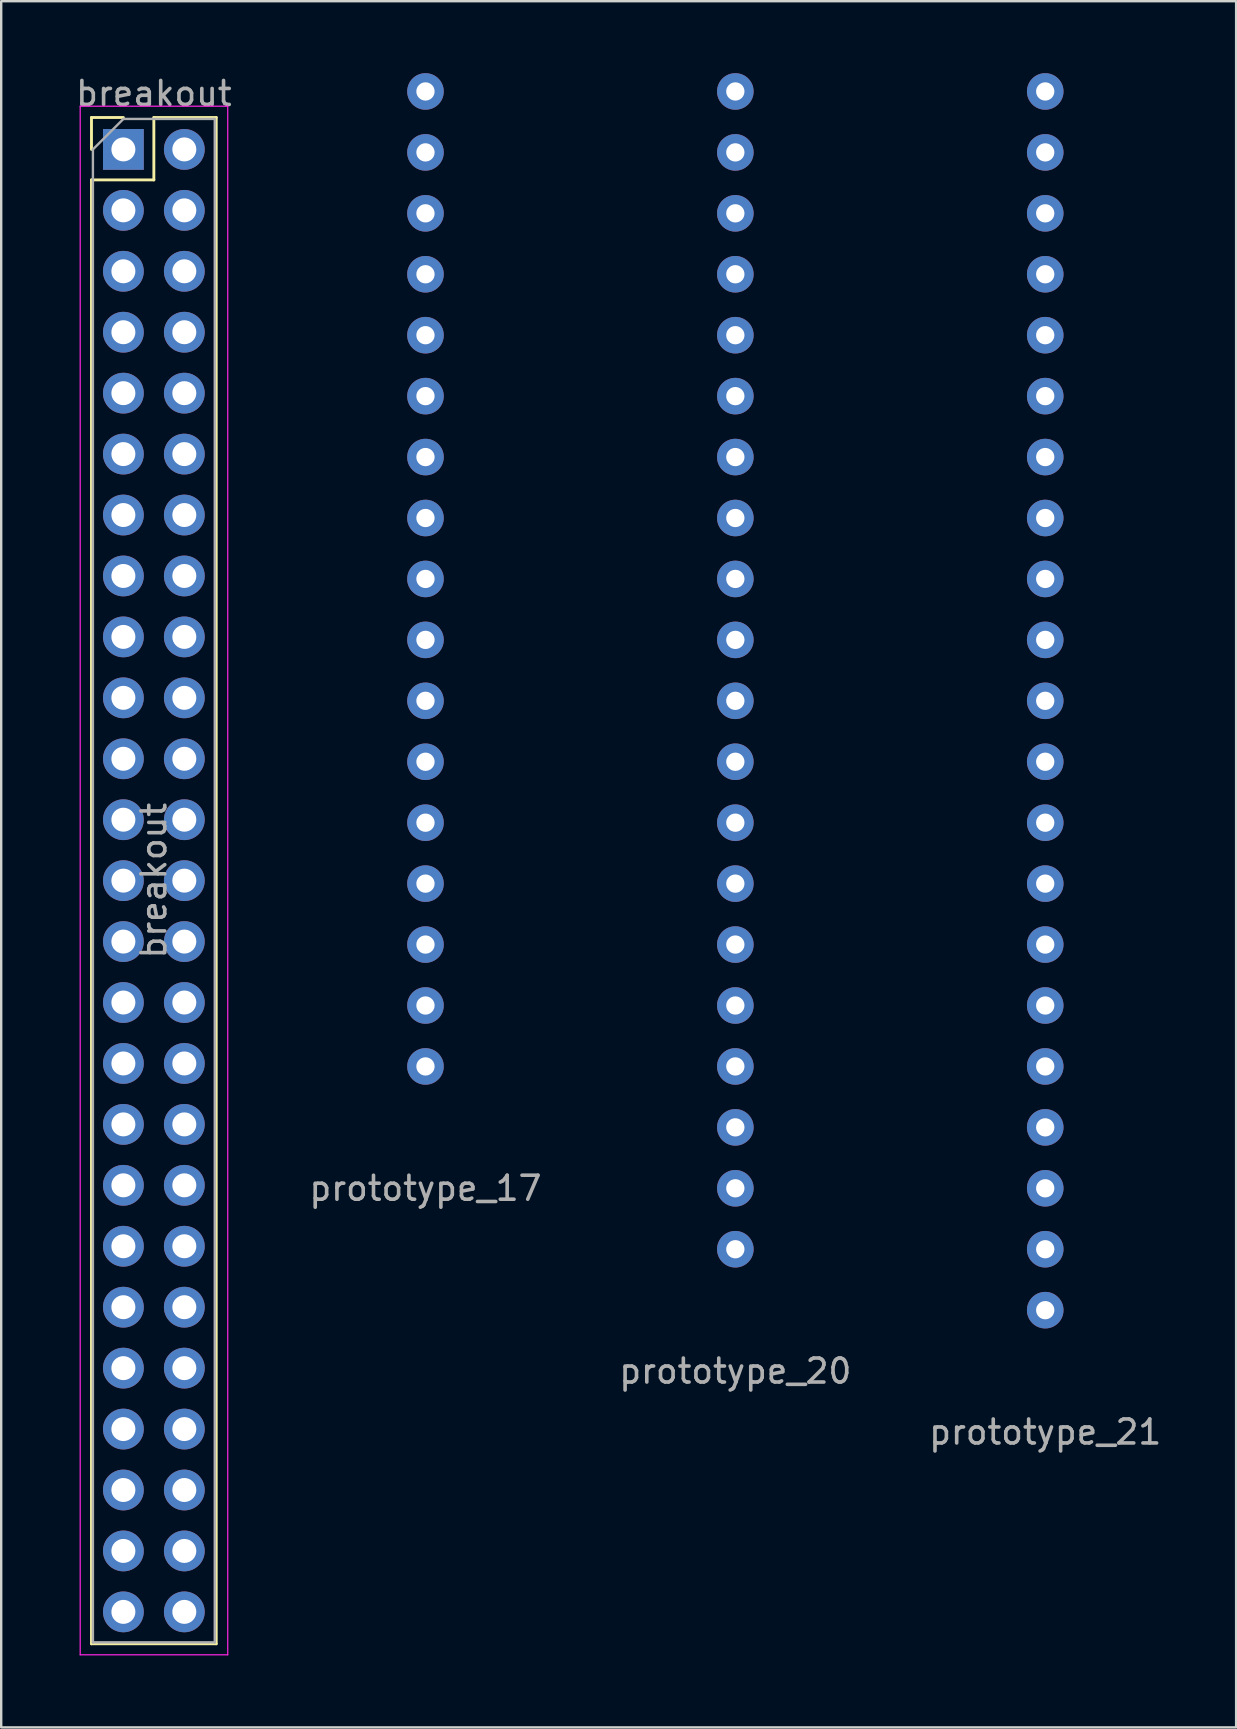
<source format=kicad_pcb>
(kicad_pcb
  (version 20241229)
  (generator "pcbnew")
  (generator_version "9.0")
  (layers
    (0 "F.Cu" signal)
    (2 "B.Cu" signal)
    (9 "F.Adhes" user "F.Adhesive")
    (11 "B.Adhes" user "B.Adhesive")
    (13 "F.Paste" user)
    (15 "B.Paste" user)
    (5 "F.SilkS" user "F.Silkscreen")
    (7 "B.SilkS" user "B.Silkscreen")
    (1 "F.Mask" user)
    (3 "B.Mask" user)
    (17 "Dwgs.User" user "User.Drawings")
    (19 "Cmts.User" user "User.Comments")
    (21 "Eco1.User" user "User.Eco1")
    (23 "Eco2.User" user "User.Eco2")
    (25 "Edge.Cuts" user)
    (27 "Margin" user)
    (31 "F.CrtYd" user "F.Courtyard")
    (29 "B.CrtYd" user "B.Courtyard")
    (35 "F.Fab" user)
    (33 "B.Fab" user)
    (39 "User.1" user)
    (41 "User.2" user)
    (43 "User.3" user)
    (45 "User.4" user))
  (footprint "prototype_21"
    (layer "F.Cu")
    (at 40.518 51.562)
    (property "Reference" "prototype_21" (at 0 5.08 0) (layer "F.Fab") (effects (font (size 1 1) (thickness 0.15))))
    (attr through_hole)
    (pad "1" thru_hole circle (at 0 0) (size 1.524 1.524) (drill 0.762) (layers "*.Cu" "*.Mask"))
    (pad "2" thru_hole circle (at 0 -2.54) (size 1.524 1.524) (drill 0.762) (layers "*.Cu" "*.Mask"))
    (pad "3" thru_hole circle (at 0 -5.08) (size 1.524 1.524) (drill 0.762) (layers "*.Cu" "*.Mask"))
    (pad "4" thru_hole circle (at 0 -7.62) (size 1.524 1.524) (drill 0.762) (layers "*.Cu" "*.Mask"))
    (pad "5" thru_hole circle (at 0 -10.16) (size 1.524 1.524) (drill 0.762) (layers "*.Cu" "*.Mask"))
    (pad "6" thru_hole circle (at 0 -12.7) (size 1.524 1.524) (drill 0.762) (layers "*.Cu" "*.Mask"))
    (pad "7" thru_hole circle (at 0 -15.24) (size 1.524 1.524) (drill 0.762) (layers "*.Cu" "*.Mask"))
    (pad "8" thru_hole circle (at 0 -17.78) (size 1.524 1.524) (drill 0.762) (layers "*.Cu" "*.Mask"))
    (pad "9" thru_hole circle (at 0 -20.32) (size 1.524 1.524) (drill 0.762) (layers "*.Cu" "*.Mask"))
    (pad "10" thru_hole circle (at 0 -22.86) (size 1.524 1.524) (drill 0.762) (layers "*.Cu" "*.Mask"))
    (pad "11" thru_hole circle (at 0 -25.4) (size 1.524 1.524) (drill 0.762) (layers "*.Cu" "*.Mask"))
    (pad "12" thru_hole circle (at 0 -27.94) (size 1.524 1.524) (drill 0.762) (layers "*.Cu" "*.Mask"))
    (pad "13" thru_hole circle (at 0 -30.48) (size 1.524 1.524) (drill 0.762) (layers "*.Cu" "*.Mask"))
    (pad "14" thru_hole circle (at 0 -33.02) (size 1.524 1.524) (drill 0.762) (layers "*.Cu" "*.Mask"))
    (pad "15" thru_hole circle (at 0 -35.56) (size 1.524 1.524) (drill 0.762) (layers "*.Cu" "*.Mask"))
    (pad "16" thru_hole circle (at 0 -38.1) (size 1.524 1.524) (drill 0.762) (layers "*.Cu" "*.Mask"))
    (pad "17" thru_hole circle (at 0 -40.64) (size 1.524 1.524) (drill 0.762) (layers "*.Cu" "*.Mask"))
    (pad "18" thru_hole circle (at 0 -43.18) (size 1.524 1.524) (drill 0.762) (layers "*.Cu" "*.Mask"))
    (pad "19" thru_hole circle (at 0 -45.72) (size 1.524 1.524) (drill 0.762) (layers "*.Cu" "*.Mask"))
    (pad "20" thru_hole circle (at 0 -48.26) (size 1.524 1.524) (drill 0.762) (layers "*.Cu" "*.Mask"))
    (pad "21" thru_hole circle (at 0 -50.8) (size 1.524 1.524) (drill 0.762) (layers "*.Cu" "*.Mask")))
  (footprint "breakout"
    (layer "F.Cu")
    (at 2.093 3.178)
    (property "Reference" "breakout" (at 1.27 -2.33 0) (layer "F.Fab") (effects (font (size 1 1) (thickness 0.15))))
    (attr through_hole)
    (fp_line (start -1.33 -1.33) (end 0 -1.33) (stroke (width 0.12) (type solid)) (layer "F.SilkS"))
    (fp_line (start -1.33 0) (end -1.33 -1.33) (stroke (width 0.12) (type solid)) (layer "F.SilkS"))
    (fp_line (start -1.33 1.27) (end -1.33 62.29) (stroke (width 0.12) (type solid)) (layer "F.SilkS"))
    (fp_line (start -1.33 1.27) (end 1.27 1.27) (stroke (width 0.12) (type solid)) (layer "F.SilkS"))
    (fp_line (start -1.33 62.29) (end 3.87 62.29) (stroke (width 0.12) (type solid)) (layer "F.SilkS"))
    (fp_line (start 1.27 -1.33) (end 3.87 -1.33) (stroke (width 0.12) (type solid)) (layer "F.SilkS"))
    (fp_line (start 1.27 1.27) (end 1.27 -1.33) (stroke (width 0.12) (type solid)) (layer "F.SilkS"))
    (fp_line (start 3.87 -1.33) (end 3.87 62.29) (stroke (width 0.12) (type solid)) (layer "F.SilkS"))
    (fp_line (start -1.8 -1.8) (end -1.8 62.75) (stroke (width 0.05) (type solid)) (layer "F.CrtYd"))
    (fp_line (start -1.8 62.75) (end 4.35 62.75) (stroke (width 0.05) (type solid)) (layer "F.CrtYd"))
    (fp_line (start 4.35 -1.8) (end -1.8 -1.8) (stroke (width 0.05) (type solid)) (layer "F.CrtYd"))
    (fp_line (start 4.35 62.75) (end 4.35 -1.8) (stroke (width 0.05) (type solid)) (layer "F.CrtYd"))
    (fp_line (start -1.27 0) (end 0 -1.27) (stroke (width 0.1) (type solid)) (layer "F.Fab"))
    (fp_line (start -1.27 62.23) (end -1.27 0) (stroke (width 0.1) (type solid)) (layer "F.Fab"))
    (fp_line (start 0 -1.27) (end 3.81 -1.27) (stroke (width 0.1) (type solid)) (layer "F.Fab"))
    (fp_line (start 3.81 -1.27) (end 3.81 62.23) (stroke (width 0.1) (type solid)) (layer "F.Fab"))
    (fp_line (start 3.81 62.23) (end -1.27 62.23) (stroke (width 0.1) (type solid)) (layer "F.Fab"))
    (fp_text user "${REFERENCE}" (at 1.27 30.48 90) (layer "F.Fab") (effects (font (size 1 1) (thickness 0.15))))
    (pad "1" thru_hole rect (at 0 0) (size 1.7 1.7) (drill 1) (layers "*.Cu" "*.Mask"))
    (pad "2" thru_hole oval (at 2.54 0) (size 1.7 1.7) (drill 1) (layers "*.Cu" "*.Mask"))
    (pad "3" thru_hole oval (at 0 2.54) (size 1.7 1.7) (drill 1) (layers "*.Cu" "*.Mask"))
    (pad "4" thru_hole oval (at 2.54 2.54) (size 1.7 1.7) (drill 1) (layers "*.Cu" "*.Mask"))
    (pad "5" thru_hole oval (at 0 5.08) (size 1.7 1.7) (drill 1) (layers "*.Cu" "*.Mask"))
    (pad "6" thru_hole oval (at 2.54 5.08) (size 1.7 1.7) (drill 1) (layers "*.Cu" "*.Mask"))
    (pad "7" thru_hole oval (at 0 7.62) (size 1.7 1.7) (drill 1) (layers "*.Cu" "*.Mask"))
    (pad "8" thru_hole oval (at 2.54 7.62) (size 1.7 1.7) (drill 1) (layers "*.Cu" "*.Mask"))
    (pad "9" thru_hole oval (at 0 10.16) (size 1.7 1.7) (drill 1) (layers "*.Cu" "*.Mask"))
    (pad "10" thru_hole oval (at 2.54 10.16) (size 1.7 1.7) (drill 1) (layers "*.Cu" "*.Mask"))
    (pad "11" thru_hole oval (at 0 12.7) (size 1.7 1.7) (drill 1) (layers "*.Cu" "*.Mask"))
    (pad "12" thru_hole oval (at 2.54 12.7) (size 1.7 1.7) (drill 1) (layers "*.Cu" "*.Mask"))
    (pad "13" thru_hole oval (at 0 15.24) (size 1.7 1.7) (drill 1) (layers "*.Cu" "*.Mask"))
    (pad "14" thru_hole oval (at 2.54 15.24) (size 1.7 1.7) (drill 1) (layers "*.Cu" "*.Mask"))
    (pad "15" thru_hole oval (at 0 17.78) (size 1.7 1.7) (drill 1) (layers "*.Cu" "*.Mask"))
    (pad "16" thru_hole oval (at 2.54 17.78) (size 1.7 1.7) (drill 1) (layers "*.Cu" "*.Mask"))
    (pad "17" thru_hole oval (at 0 20.32) (size 1.7 1.7) (drill 1) (layers "*.Cu" "*.Mask"))
    (pad "18" thru_hole oval (at 2.54 20.32) (size 1.7 1.7) (drill 1) (layers "*.Cu" "*.Mask"))
    (pad "19" thru_hole oval (at 0 22.86) (size 1.7 1.7) (drill 1) (layers "*.Cu" "*.Mask"))
    (pad "20" thru_hole oval (at 2.54 22.86) (size 1.7 1.7) (drill 1) (layers "*.Cu" "*.Mask"))
    (pad "21" thru_hole oval (at 0 25.4) (size 1.7 1.7) (drill 1) (layers "*.Cu" "*.Mask"))
    (pad "22" thru_hole oval (at 2.54 25.4) (size 1.7 1.7) (drill 1) (layers "*.Cu" "*.Mask"))
    (pad "23" thru_hole oval (at 0 27.94) (size 1.7 1.7) (drill 1) (layers "*.Cu" "*.Mask"))
    (pad "24" thru_hole oval (at 2.54 27.94) (size 1.7 1.7) (drill 1) (layers "*.Cu" "*.Mask"))
    (pad "25" thru_hole oval (at 0 30.48) (size 1.7 1.7) (drill 1) (layers "*.Cu" "*.Mask"))
    (pad "26" thru_hole oval (at 2.54 30.48) (size 1.7 1.7) (drill 1) (layers "*.Cu" "*.Mask"))
    (pad "27" thru_hole oval (at 0 33.02) (size 1.7 1.7) (drill 1) (layers "*.Cu" "*.Mask"))
    (pad "28" thru_hole oval (at 2.54 33.02) (size 1.7 1.7) (drill 1) (layers "*.Cu" "*.Mask"))
    (pad "29" thru_hole oval (at 0 35.56) (size 1.7 1.7) (drill 1) (layers "*.Cu" "*.Mask"))
    (pad "30" thru_hole oval (at 2.54 35.56) (size 1.7 1.7) (drill 1) (layers "*.Cu" "*.Mask"))
    (pad "31" thru_hole oval (at 0 38.1) (size 1.7 1.7) (drill 1) (layers "*.Cu" "*.Mask"))
    (pad "32" thru_hole oval (at 2.54 38.1) (size 1.7 1.7) (drill 1) (layers "*.Cu" "*.Mask"))
    (pad "33" thru_hole oval (at 0 40.64) (size 1.7 1.7) (drill 1) (layers "*.Cu" "*.Mask"))
    (pad "34" thru_hole oval (at 2.54 40.64) (size 1.7 1.7) (drill 1) (layers "*.Cu" "*.Mask"))
    (pad "35" thru_hole oval (at 0 43.18) (size 1.7 1.7) (drill 1) (layers "*.Cu" "*.Mask"))
    (pad "36" thru_hole oval (at 2.54 43.18) (size 1.7 1.7) (drill 1) (layers "*.Cu" "*.Mask"))
    (pad "37" thru_hole oval (at 0 45.72) (size 1.7 1.7) (drill 1) (layers "*.Cu" "*.Mask"))
    (pad "38" thru_hole oval (at 2.54 45.72) (size 1.7 1.7) (drill 1) (layers "*.Cu" "*.Mask"))
    (pad "39" thru_hole oval (at 0 48.26) (size 1.7 1.7) (drill 1) (layers "*.Cu" "*.Mask"))
    (pad "40" thru_hole oval (at 2.54 48.26) (size 1.7 1.7) (drill 1) (layers "*.Cu" "*.Mask"))
    (pad "41" thru_hole oval (at 0 50.8) (size 1.7 1.7) (drill 1) (layers "*.Cu" "*.Mask"))
    (pad "42" thru_hole oval (at 2.54 50.8) (size 1.7 1.7) (drill 1) (layers "*.Cu" "*.Mask"))
    (pad "43" thru_hole oval (at 0 53.34) (size 1.7 1.7) (drill 1) (layers "*.Cu" "*.Mask"))
    (pad "44" thru_hole oval (at 2.54 53.34) (size 1.7 1.7) (drill 1) (layers "*.Cu" "*.Mask"))
    (pad "45" thru_hole oval (at 0 55.88) (size 1.7 1.7) (drill 1) (layers "*.Cu" "*.Mask"))
    (pad "46" thru_hole oval (at 2.54 55.88) (size 1.7 1.7) (drill 1) (layers "*.Cu" "*.Mask"))
    (pad "47" thru_hole oval (at 0 58.42) (size 1.7 1.7) (drill 1) (layers "*.Cu" "*.Mask"))
    (pad "48" thru_hole oval (at 2.54 58.42) (size 1.7 1.7) (drill 1) (layers "*.Cu" "*.Mask"))
    (pad "49" thru_hole oval (at 0 60.96) (size 1.7 1.7) (drill 1) (layers "*.Cu" "*.Mask"))
    (pad "50" thru_hole oval (at 2.54 60.96) (size 1.7 1.7) (drill 1) (layers "*.Cu" "*.Mask")))
  (footprint "prototype_17"
    (layer "F.Cu")
    (at 14.685 41.402)
    (property "Reference" "prototype_17" (at 0 5.08 0) (layer "F.Fab") (effects (font (size 1 1) (thickness 0.15))))
    (attr through_hole)
    (pad "1" thru_hole circle (at 0 0) (size 1.524 1.524) (drill 0.762) (layers "*.Cu" "*.Mask"))
    (pad "2" thru_hole circle (at 0 -2.54) (size 1.524 1.524) (drill 0.762) (layers "*.Cu" "*.Mask"))
    (pad "3" thru_hole circle (at 0 -5.08) (size 1.524 1.524) (drill 0.762) (layers "*.Cu" "*.Mask"))
    (pad "4" thru_hole circle (at 0 -7.62) (size 1.524 1.524) (drill 0.762) (layers "*.Cu" "*.Mask"))
    (pad "5" thru_hole circle (at 0 -10.16) (size 1.524 1.524) (drill 0.762) (layers "*.Cu" "*.Mask"))
    (pad "6" thru_hole circle (at 0 -12.7) (size 1.524 1.524) (drill 0.762) (layers "*.Cu" "*.Mask"))
    (pad "7" thru_hole circle (at 0 -15.24) (size 1.524 1.524) (drill 0.762) (layers "*.Cu" "*.Mask"))
    (pad "8" thru_hole circle (at 0 -17.78) (size 1.524 1.524) (drill 0.762) (layers "*.Cu" "*.Mask"))
    (pad "9" thru_hole circle (at 0 -20.32) (size 1.524 1.524) (drill 0.762) (layers "*.Cu" "*.Mask"))
    (pad "10" thru_hole circle (at 0 -22.86) (size 1.524 1.524) (drill 0.762) (layers "*.Cu" "*.Mask"))
    (pad "11" thru_hole circle (at 0 -25.4) (size 1.524 1.524) (drill 0.762) (layers "*.Cu" "*.Mask"))
    (pad "12" thru_hole circle (at 0 -27.94) (size 1.524 1.524) (drill 0.762) (layers "*.Cu" "*.Mask"))
    (pad "13" thru_hole circle (at 0 -30.48) (size 1.524 1.524) (drill 0.762) (layers "*.Cu" "*.Mask"))
    (pad "14" thru_hole circle (at 0 -33.02) (size 1.524 1.524) (drill 0.762) (layers "*.Cu" "*.Mask"))
    (pad "15" thru_hole circle (at 0 -35.56) (size 1.524 1.524) (drill 0.762) (layers "*.Cu" "*.Mask"))
    (pad "16" thru_hole circle (at 0 -38.1) (size 1.524 1.524) (drill 0.762) (layers "*.Cu" "*.Mask"))
    (pad "17" thru_hole circle (at 0 -40.64) (size 1.524 1.524) (drill 0.762) (layers "*.Cu" "*.Mask")))
  (footprint "prototype_20"
    (layer "F.Cu")
    (at 27.601 49.022)
    (property "Reference" "prototype_20" (at 0 5.08 0) (layer "F.Fab") (effects (font (size 1 1) (thickness 0.15))))
    (attr through_hole)
    (pad "1" thru_hole circle (at 0 0) (size 1.524 1.524) (drill 0.762) (layers "*.Cu" "*.Mask"))
    (pad "2" thru_hole circle (at 0 -2.54) (size 1.524 1.524) (drill 0.762) (layers "*.Cu" "*.Mask"))
    (pad "3" thru_hole circle (at 0 -5.08) (size 1.524 1.524) (drill 0.762) (layers "*.Cu" "*.Mask"))
    (pad "4" thru_hole circle (at 0 -7.62) (size 1.524 1.524) (drill 0.762) (layers "*.Cu" "*.Mask"))
    (pad "5" thru_hole circle (at 0 -10.16) (size 1.524 1.524) (drill 0.762) (layers "*.Cu" "*.Mask"))
    (pad "6" thru_hole circle (at 0 -12.7) (size 1.524 1.524) (drill 0.762) (layers "*.Cu" "*.Mask"))
    (pad "7" thru_hole circle (at 0 -15.24) (size 1.524 1.524) (drill 0.762) (layers "*.Cu" "*.Mask"))
    (pad "8" thru_hole circle (at 0 -17.78) (size 1.524 1.524) (drill 0.762) (layers "*.Cu" "*.Mask"))
    (pad "9" thru_hole circle (at 0 -20.32) (size 1.524 1.524) (drill 0.762) (layers "*.Cu" "*.Mask"))
    (pad "10" thru_hole circle (at 0 -22.86) (size 1.524 1.524) (drill 0.762) (layers "*.Cu" "*.Mask"))
    (pad "11" thru_hole circle (at 0 -25.4) (size 1.524 1.524) (drill 0.762) (layers "*.Cu" "*.Mask"))
    (pad "12" thru_hole circle (at 0 -27.94) (size 1.524 1.524) (drill 0.762) (layers "*.Cu" "*.Mask"))
    (pad "13" thru_hole circle (at 0 -30.48) (size 1.524 1.524) (drill 0.762) (layers "*.Cu" "*.Mask"))
    (pad "14" thru_hole circle (at 0 -33.02) (size 1.524 1.524) (drill 0.762) (layers "*.Cu" "*.Mask"))
    (pad "15" thru_hole circle (at 0 -35.56) (size 1.524 1.524) (drill 0.762) (layers "*.Cu" "*.Mask"))
    (pad "16" thru_hole circle (at 0 -38.1) (size 1.524 1.524) (drill 0.762) (layers "*.Cu" "*.Mask"))
    (pad "17" thru_hole circle (at 0 -40.64) (size 1.524 1.524) (drill 0.762) (layers "*.Cu" "*.Mask"))
    (pad "18" thru_hole circle (at 0 -43.18) (size 1.524 1.524) (drill 0.762) (layers "*.Cu" "*.Mask"))
    (pad "19" thru_hole circle (at 0 -45.72) (size 1.524 1.524) (drill 0.762) (layers "*.Cu" "*.Mask"))
    (pad "20" thru_hole circle (at 0 -48.26) (size 1.524 1.524) (drill 0.762) (layers "*.Cu" "*.Mask")))
  (gr_rect
    (start -3 -3)
    (end 48.476 68.953)
    (stroke (width 0.1) (type default))
    (fill no)
    (layer "Edge.Cuts")))
</source>
